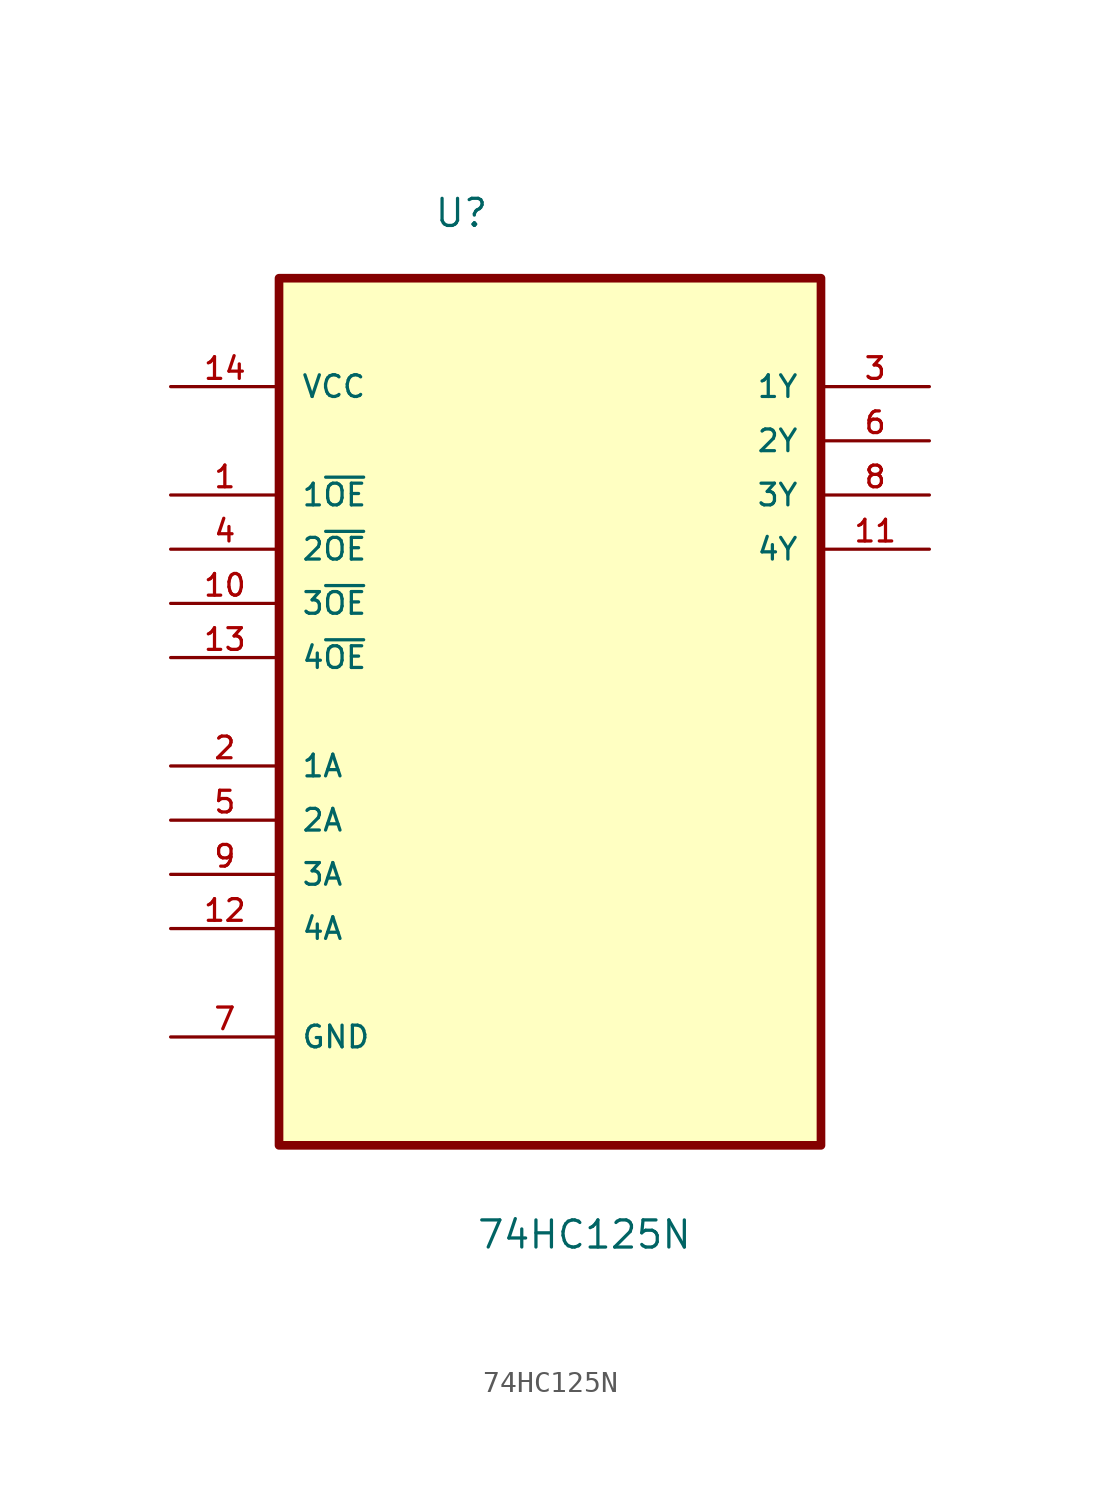
<source format=kicad_sym>
(kicad_symbol_lib
  (version 20220914)
  (generator kicad_symbol_editor)
  (symbol "74HC125N"
    (pin_names
      (offset 1.016))
    (property "Reference" "U"
      (at -5.461 20.091 0)
      (effects (font (size 1.27 1.27)) (justify left bottom)))
    (property "Value" "74HC125N"
      (at -3.48 -27.788 0)
      (effects (font (size 1.27 1.27)) (justify left bottom)))
    (property "ki_locked" ""
      (at 0 0 0)
      (effects (font (size 1.27 1.27))))
    (symbol "74HC125N_0_0"
      (rectangle (start -12.7 -22.86) (end 12.7 17.78) (stroke (width 0.406) (type solid)) (fill (type background)))
      (pin input line (at -17.78 7.62 0) (length 5.08) (name "1~{OE}" (effects (font (size 1.016 1.016)))) (number "1" (effects (font (size 1.016 1.016)))))
      (pin input line (at -17.78 2.54 0) (length 5.08) (name "3~{OE}" (effects (font (size 1.016 1.016)))) (number "10" (effects (font (size 1.016 1.016)))))
      (pin output line (at 17.78 5.08 180) (length 5.08) (name "4Y" (effects (font (size 1.016 1.016)))) (number "11" (effects (font (size 1.016 1.016)))))
      (pin input line (at -17.78 -12.7 0) (length 5.08) (name "4A" (effects (font (size 1.016 1.016)))) (number "12" (effects (font (size 1.016 1.016)))))
      (pin input line (at -17.78 0 0) (length 5.08) (name "4~{OE}" (effects (font (size 1.016 1.016)))) (number "13" (effects (font (size 1.016 1.016)))))
      (pin power_in line (at -17.78 12.7 0) (length 5.08) (name "VCC" (effects (font (size 1.016 1.016)))) (number "14" (effects (font (size 1.016 1.016)))))
      (pin input line (at -17.78 -5.08 0) (length 5.08) (name "1A" (effects (font (size 1.016 1.016)))) (number "2" (effects (font (size 1.016 1.016)))))
      (pin output line (at 17.78 12.7 180) (length 5.08) (name "1Y" (effects (font (size 1.016 1.016)))) (number "3" (effects (font (size 1.016 1.016)))))
      (pin input line (at -17.78 5.08 0) (length 5.08) (name "2~{OE}" (effects (font (size 1.016 1.016)))) (number "4" (effects (font (size 1.016 1.016)))))
      (pin input line (at -17.78 -7.62 0) (length 5.08) (name "2A" (effects (font (size 1.016 1.016)))) (number "5" (effects (font (size 1.016 1.016)))))
      (pin output line (at 17.78 10.16 180) (length 5.08) (name "2Y" (effects (font (size 1.016 1.016)))) (number "6" (effects (font (size 1.016 1.016)))))
      (pin passive line (at -17.78 -17.78 0) (length 5.08) (name "GND" (effects (font (size 1.016 1.016)))) (number "7" (effects (font (size 1.016 1.016)))))
      (pin output line (at 17.78 7.62 180) (length 5.08) (name "3Y" (effects (font (size 1.016 1.016)))) (number "8" (effects (font (size 1.016 1.016)))))
      (pin input line (at -17.78 -10.16 0) (length 5.08) (name "3A" (effects (font (size 1.016 1.016)))) (number "9" (effects (font (size 1.016 1.016))))))))
</source>
